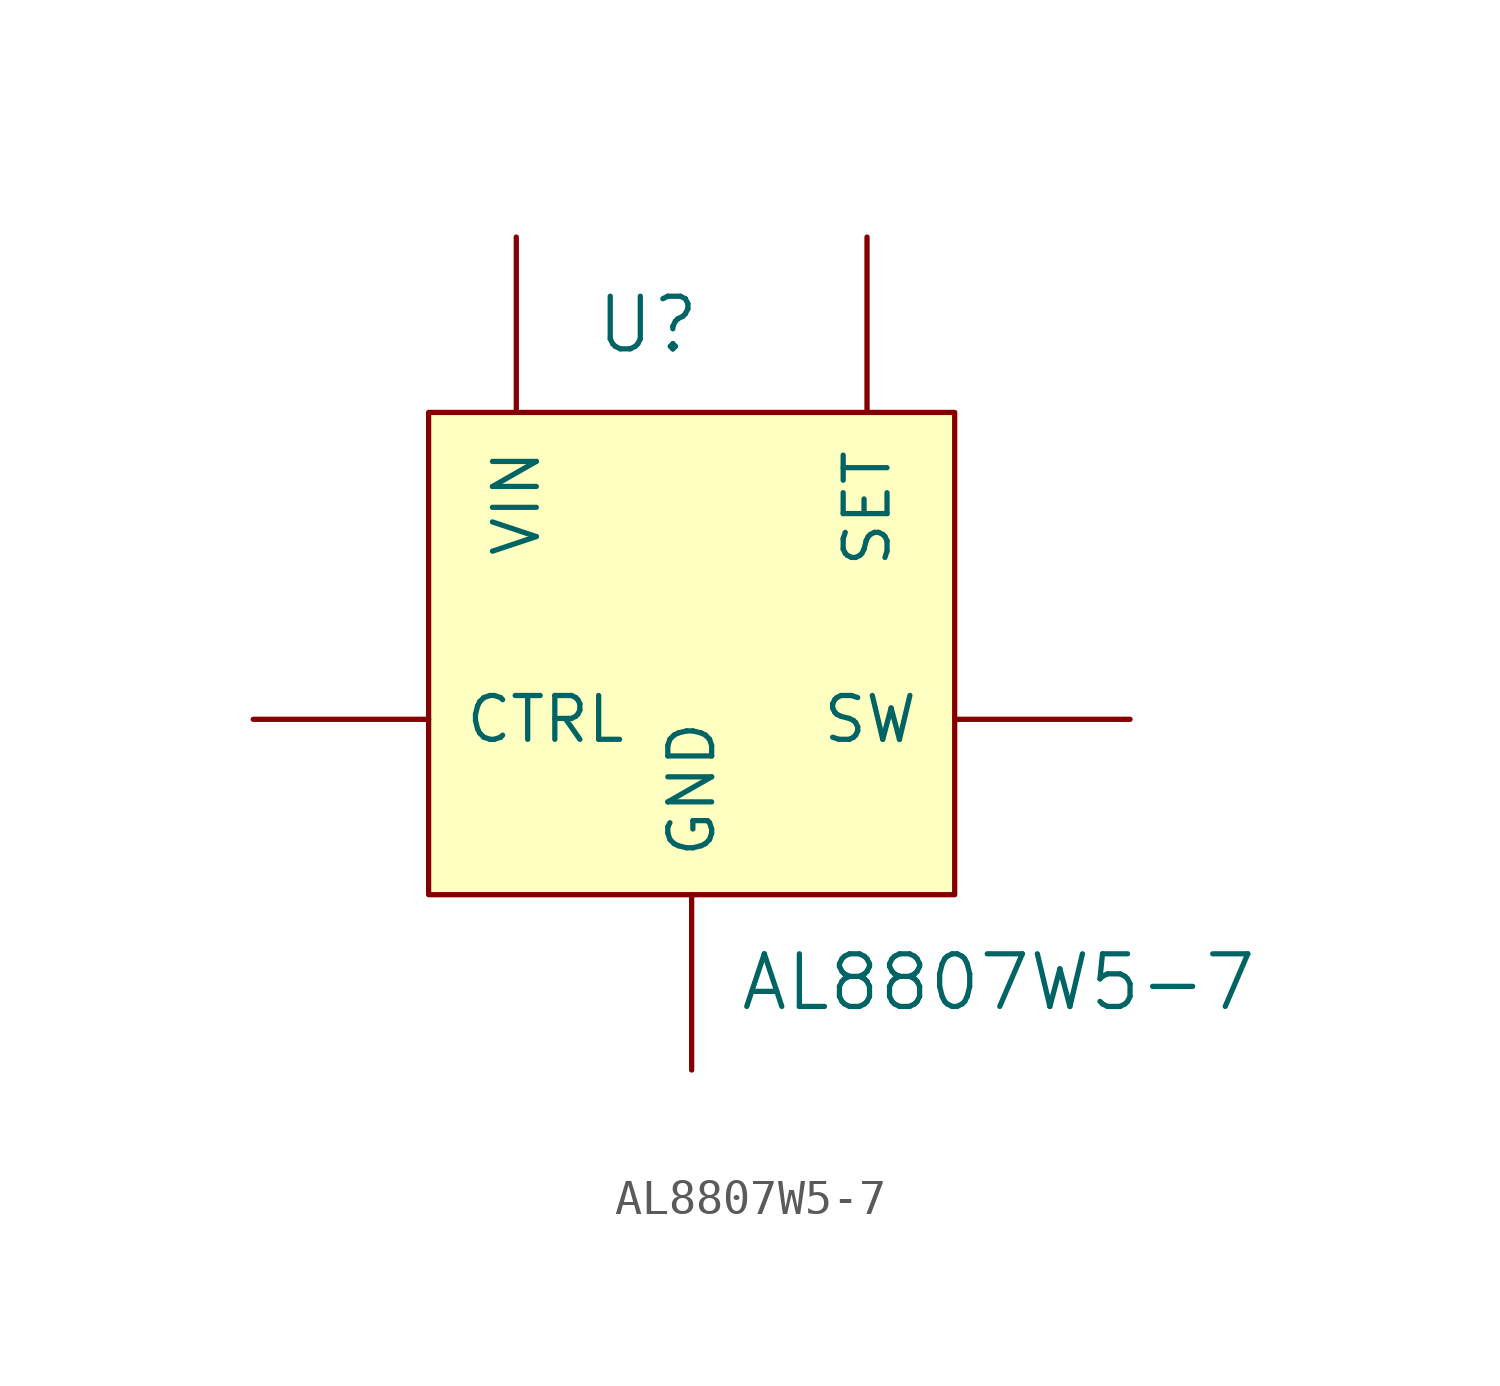
<source format=kicad_sym>
(kicad_symbol_lib
  (version 20241209)
  (generator "kicad_symbol_editor")
  (generator_version "9.0")
  (symbol "AL8807W5-7"
    (pin_numbers
      (hide yes))
    (pin_names
      (offset 1.016))
    (property "Reference" "U"
      (at -1.27 8.89 0)
      (effects (font (size 1.524 1.524))))
    (property "Value" "AL8807W5-7"
      (at 8.89 -10.16 0)
      (effects (font (size 1.524 1.524))))
    (symbol "AL8807W5-7_0_1"
      (rectangle (start -7.62 6.35) (end 7.62 -7.62) (stroke (width 0) (type default)) (fill (type background))))
    (symbol "AL8807W5-7_1_1"
      (pin input line (at -12.7 -2.54 0) (length 5.08) (name "CTRL" (effects (font (size 1.27 1.27)))) (number "3" (effects (font (size 1.27 1.27)))))
      (pin input line (at -5.08 11.43 270) (length 5.08) (name "VIN" (effects (font (size 1.27 1.27)))) (number "5" (effects (font (size 1.27 1.27)))))
      (pin input line (at 0 -12.7 90) (length 5.08) (name "GND" (effects (font (size 1.27 1.27)))) (number "2" (effects (font (size 1.27 1.27)))))
      (pin input line (at 5.08 11.43 270) (length 5.08) (name "SET" (effects (font (size 1.27 1.27)))) (number "4" (effects (font (size 1.27 1.27)))))
      (pin input line (at 12.7 -2.54 180) (length 5.08) (name "SW" (effects (font (size 1.27 1.27)))) (number "1" (effects (font (size 1.27 1.27))))))))
</source>
